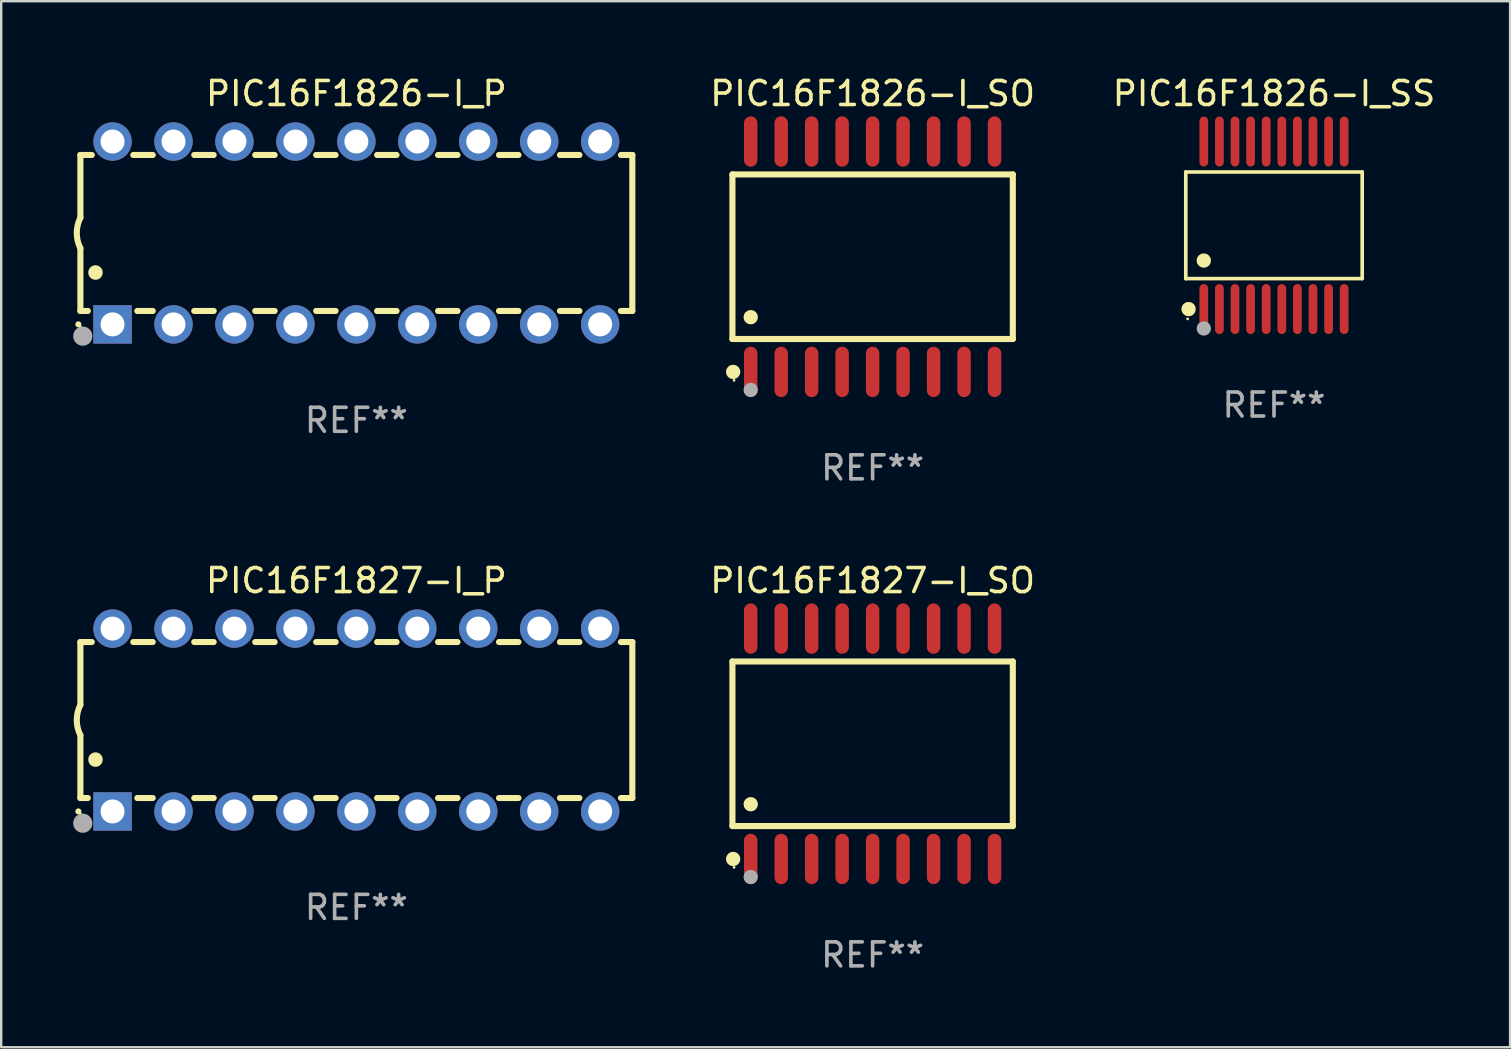
<source format=kicad_pcb>
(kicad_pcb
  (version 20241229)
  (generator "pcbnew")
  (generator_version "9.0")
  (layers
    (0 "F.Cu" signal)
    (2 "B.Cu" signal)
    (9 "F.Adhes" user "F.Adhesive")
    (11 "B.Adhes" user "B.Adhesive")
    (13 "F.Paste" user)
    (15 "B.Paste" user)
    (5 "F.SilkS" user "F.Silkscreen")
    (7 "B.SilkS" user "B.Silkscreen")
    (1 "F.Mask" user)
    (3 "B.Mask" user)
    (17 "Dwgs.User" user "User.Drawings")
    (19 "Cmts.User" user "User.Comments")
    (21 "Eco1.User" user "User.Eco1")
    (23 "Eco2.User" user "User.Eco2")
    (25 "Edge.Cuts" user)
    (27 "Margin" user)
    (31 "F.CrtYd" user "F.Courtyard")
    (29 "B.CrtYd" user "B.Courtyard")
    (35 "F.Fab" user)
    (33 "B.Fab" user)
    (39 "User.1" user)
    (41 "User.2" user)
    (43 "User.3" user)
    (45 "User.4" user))
  (footprint "PIC16F1827-I_P"
    (layer "F.Cu")
    (at 11.8 26.955)
    (property "Reference" "PIC16F1827-I_P" (at 0 -5.81 0) (layer "F.SilkS") (effects (font (size 1 1) (thickness 0.15))))
    (attr through_hole)
    (fp_line (start -11.5 -3.25) (end -11.5 -0.635) (stroke (width 0.254) (type solid)) (layer "F.SilkS"))
    (fp_line (start -11.5 3.25) (end -11.5 0.635) (stroke (width 0.254) (type solid)) (layer "F.SilkS"))
    (fp_line (start -11.5 3.25) (end -11.191 3.25) (stroke (width 0.254) (type solid)) (layer "F.SilkS"))
    (fp_line (start -11.025 -3.25) (end -11.5 -3.25) (stroke (width 0.254) (type solid)) (layer "F.SilkS"))
    (fp_line (start -9.129 3.25) (end -8.485 3.25) (stroke (width 0.254) (type solid)) (layer "F.SilkS"))
    (fp_line (start -8.485 -3.25) (end -9.295 -3.25) (stroke (width 0.254) (type solid)) (layer "F.SilkS"))
    (fp_line (start -6.755 3.25) (end -5.945 3.25) (stroke (width 0.254) (type solid)) (layer "F.SilkS"))
    (fp_line (start -5.945 -3.25) (end -6.755 -3.25) (stroke (width 0.254) (type solid)) (layer "F.SilkS"))
    (fp_line (start -4.215 3.25) (end -3.405 3.25) (stroke (width 0.254) (type solid)) (layer "F.SilkS"))
    (fp_line (start -3.405 -3.25) (end -4.215 -3.25) (stroke (width 0.254) (type solid)) (layer "F.SilkS"))
    (fp_line (start -1.675 3.25) (end -0.865 3.25) (stroke (width 0.254) (type solid)) (layer "F.SilkS"))
    (fp_line (start -0.865 -3.25) (end -1.675 -3.25) (stroke (width 0.254) (type solid)) (layer "F.SilkS"))
    (fp_line (start 0.865 3.25) (end 1.675 3.25) (stroke (width 0.254) (type solid)) (layer "F.SilkS"))
    (fp_line (start 1.675 -3.25) (end 0.865 -3.25) (stroke (width 0.254) (type solid)) (layer "F.SilkS"))
    (fp_line (start 3.405 3.25) (end 4.215 3.25) (stroke (width 0.254) (type solid)) (layer "F.SilkS"))
    (fp_line (start 4.215 -3.25) (end 3.405 -3.25) (stroke (width 0.254) (type solid)) (layer "F.SilkS"))
    (fp_line (start 5.945 3.25) (end 6.755 3.25) (stroke (width 0.254) (type solid)) (layer "F.SilkS"))
    (fp_line (start 6.755 -3.25) (end 5.945 -3.25) (stroke (width 0.254) (type solid)) (layer "F.SilkS"))
    (fp_line (start 8.485 3.25) (end 9.295 3.25) (stroke (width 0.254) (type solid)) (layer "F.SilkS"))
    (fp_line (start 9.295 -3.25) (end 8.485 -3.25) (stroke (width 0.254) (type solid)) (layer "F.SilkS"))
    (fp_line (start 11.025 3.25) (end 11.5 3.25) (stroke (width 0.254) (type solid)) (layer "F.SilkS"))
    (fp_line (start 11.5 -3.25) (end 11.025 -3.25) (stroke (width 0.254) (type solid)) (layer "F.SilkS"))
    (fp_line (start 11.5 -3.25) (end 11.5 3.25) (stroke (width 0.254) (type solid)) (layer "F.SilkS"))
    (fp_arc (start -11.584963 3.810008) (mid -11.58497 3.808738) (end -11.584963 3.807468) (stroke (width 0.25) (type solid)) (layer "F.SilkS"))
    (fp_arc (start -11.501143 0.635001) (mid -11.650665 -0.000132) (end -11.500025 -0.635001) (stroke (width 0.254001) (type solid)) (layer "F.SilkS"))
    (fp_arc (start -10.871222 1.651003) (mid -10.871233 1.648463) (end -10.871222 1.645923) (stroke (width 0.6) (type solid)) (layer "F.SilkS"))
    (fp_circle (center -11.5 3.91) (end -11.47 3.91) (stroke (width 0.06) (type solid)) (fill no) (layer "F.SilkS"))
    (fp_circle (center -11.4 4.3) (end -11.2 4.3) (stroke (width 0.4) (type solid)) (fill no) (layer "F.Fab"))
    (fp_text user "REF**" (at 0 7.81 0) (layer "F.Fab") (effects (font (size 1 1) (thickness 0.15))))
    (pad "1" thru_hole rect (at -10.16 3.81 90) (size 1.6 1.6) (drill 1) (layers "*.Cu" "*.Mask"))
    (pad "2" thru_hole circle (at -7.62 3.81 90) (size 1.6 1.6) (drill 1) (layers "*.Cu" "*.Mask"))
    (pad "3" thru_hole circle (at -5.08 3.81 90) (size 1.6 1.6) (drill 1) (layers "*.Cu" "*.Mask"))
    (pad "4" thru_hole circle (at -2.54 3.81 90) (size 1.6 1.6) (drill 1) (layers "*.Cu" "*.Mask"))
    (pad "5" thru_hole circle (at 0 3.81 90) (size 1.6 1.6) (drill 1) (layers "*.Cu" "*.Mask"))
    (pad "6" thru_hole circle (at 2.54 3.81 90) (size 1.6 1.6) (drill 1) (layers "*.Cu" "*.Mask"))
    (pad "7" thru_hole circle (at 5.08 3.81 90) (size 1.6 1.6) (drill 1) (layers "*.Cu" "*.Mask"))
    (pad "8" thru_hole circle (at 7.62 3.81 90) (size 1.6 1.6) (drill 1) (layers "*.Cu" "*.Mask"))
    (pad "9" thru_hole circle (at 10.16 3.81 90) (size 1.6 1.6) (drill 1) (layers "*.Cu" "*.Mask"))
    (pad "10" thru_hole circle (at 10.16 -3.81 90) (size 1.6 1.6) (drill 1) (layers "*.Cu" "*.Mask"))
    (pad "11" thru_hole circle (at 7.62 -3.81 90) (size 1.6 1.6) (drill 1) (layers "*.Cu" "*.Mask"))
    (pad "12" thru_hole circle (at 5.08 -3.81 90) (size 1.6 1.6) (drill 1) (layers "*.Cu" "*.Mask"))
    (pad "13" thru_hole circle (at 2.54 -3.81 90) (size 1.6 1.6) (drill 1) (layers "*.Cu" "*.Mask"))
    (pad "14" thru_hole circle (at 0 -3.81 90) (size 1.6 1.6) (drill 1) (layers "*.Cu" "*.Mask"))
    (pad "15" thru_hole circle (at -2.54 -3.81 90) (size 1.6 1.6) (drill 1) (layers "*.Cu" "*.Mask"))
    (pad "16" thru_hole circle (at -5.08 -3.81 90) (size 1.6 1.6) (drill 1) (layers "*.Cu" "*.Mask"))
    (pad "17" thru_hole circle (at -7.62 -3.81 90) (size 1.6 1.6) (drill 1) (layers "*.Cu" "*.Mask"))
    (pad "18" thru_hole circle (at -10.16 -3.81 90) (size 1.6 1.6) (drill 1) (layers "*.Cu" "*.Mask")))
  (footprint "PIC16F1827-I_SO"
    (layer "F.Cu")
    (at 33.314 27.945)
    (property "Reference" "PIC16F1827-I_SO" (at 0 -6.8 0) (layer "F.SilkS") (effects (font (size 1 1) (thickness 0.15))))
    (attr through_hole)
    (fp_line (start -5.842 -3.429) (end -5.842 3.429) (stroke (width 0.254) (type solid)) (layer "F.SilkS"))
    (fp_line (start -5.842 3.429) (end 5.842 3.429) (stroke (width 0.254) (type solid)) (layer "F.SilkS"))
    (fp_line (start 5.842 -3.429) (end -5.842 -3.429) (stroke (width 0.254) (type solid)) (layer "F.SilkS"))
    (fp_line (start 5.842 3.429) (end 5.842 -3.429) (stroke (width 0.254) (type solid)) (layer "F.SilkS"))
    (fp_circle (center -5.812 4.8) (end -5.662 4.8) (stroke (width 0.3) (type solid)) (fill no) (layer "F.SilkS"))
    (fp_circle (center -5.775 5.15) (end -5.745 5.15) (stroke (width 0.06) (type solid)) (fill no) (layer "F.SilkS"))
    (fp_circle (center -5.08 2.519) (end -4.93 2.519) (stroke (width 0.3) (type solid)) (fill no) (layer "F.SilkS"))
    (fp_circle (center -5.08 5.55) (end -4.93 5.55) (stroke (width 0.3) (type solid)) (fill no) (layer "F.Fab"))
    (fp_text user "REF**" (at 0 8.8 0) (layer "F.Fab") (effects (font (size 1 1) (thickness 0.15))))
    (pad "1" smd oval (at -5.08 4.8) (size 0.56 2.1) (layers "F.Cu" "F.Mask" "F.Paste"))
    (pad "2" smd oval (at -3.81 4.8) (size 0.56 2.1) (layers "F.Cu" "F.Mask" "F.Paste"))
    (pad "3" smd oval (at -2.54 4.8) (size 0.56 2.1) (layers "F.Cu" "F.Mask" "F.Paste"))
    (pad "4" smd oval (at -1.27 4.8) (size 0.56 2.1) (layers "F.Cu" "F.Mask" "F.Paste"))
    (pad "5" smd oval (at 0 4.8) (size 0.56 2.1) (layers "F.Cu" "F.Mask" "F.Paste"))
    (pad "6" smd oval (at 1.27 4.8) (size 0.56 2.1) (layers "F.Cu" "F.Mask" "F.Paste"))
    (pad "7" smd oval (at 2.54 4.8) (size 0.56 2.1) (layers "F.Cu" "F.Mask" "F.Paste"))
    (pad "8" smd oval (at 3.81 4.8) (size 0.56 2.1) (layers "F.Cu" "F.Mask" "F.Paste"))
    (pad "9" smd oval (at 5.08 4.8) (size 0.56 2.1) (layers "F.Cu" "F.Mask" "F.Paste"))
    (pad "10" smd oval (at 5.08 -4.8) (size 0.56 2.1) (layers "F.Cu" "F.Mask" "F.Paste"))
    (pad "11" smd oval (at 3.81 -4.8) (size 0.56 2.1) (layers "F.Cu" "F.Mask" "F.Paste"))
    (pad "12" smd oval (at 2.54 -4.8) (size 0.56 2.1) (layers "F.Cu" "F.Mask" "F.Paste"))
    (pad "13" smd oval (at 1.27 -4.8) (size 0.56 2.1) (layers "F.Cu" "F.Mask" "F.Paste"))
    (pad "14" smd oval (at 0 -4.8) (size 0.56 2.1) (layers "F.Cu" "F.Mask" "F.Paste"))
    (pad "15" smd oval (at -1.27 -4.8) (size 0.56 2.1) (layers "F.Cu" "F.Mask" "F.Paste"))
    (pad "16" smd oval (at -2.54 -4.8) (size 0.56 2.1) (layers "F.Cu" "F.Mask" "F.Paste"))
    (pad "17" smd oval (at -3.81 -4.8) (size 0.56 2.1) (layers "F.Cu" "F.Mask" "F.Paste"))
    (pad "18" smd oval (at -5.08 -4.8) (size 0.56 2.1) (layers "F.Cu" "F.Mask" "F.Paste")))
  (footprint "PIC16F1826-I_P"
    (layer "F.Cu")
    (at 11.8 6.658)
    (property "Reference" "PIC16F1826-I_P" (at 0 -5.81 0) (layer "F.SilkS") (effects (font (size 1 1) (thickness 0.15))))
    (attr through_hole)
    (fp_line (start -11.5 -3.25) (end -11.5 -0.635) (stroke (width 0.254) (type solid)) (layer "F.SilkS"))
    (fp_line (start -11.5 3.25) (end -11.5 0.635) (stroke (width 0.254) (type solid)) (layer "F.SilkS"))
    (fp_line (start -11.5 3.25) (end -11.191 3.25) (stroke (width 0.254) (type solid)) (layer "F.SilkS"))
    (fp_line (start -11.025 -3.25) (end -11.5 -3.25) (stroke (width 0.254) (type solid)) (layer "F.SilkS"))
    (fp_line (start -9.129 3.25) (end -8.485 3.25) (stroke (width 0.254) (type solid)) (layer "F.SilkS"))
    (fp_line (start -8.485 -3.25) (end -9.295 -3.25) (stroke (width 0.254) (type solid)) (layer "F.SilkS"))
    (fp_line (start -6.755 3.25) (end -5.945 3.25) (stroke (width 0.254) (type solid)) (layer "F.SilkS"))
    (fp_line (start -5.945 -3.25) (end -6.755 -3.25) (stroke (width 0.254) (type solid)) (layer "F.SilkS"))
    (fp_line (start -4.215 3.25) (end -3.405 3.25) (stroke (width 0.254) (type solid)) (layer "F.SilkS"))
    (fp_line (start -3.405 -3.25) (end -4.215 -3.25) (stroke (width 0.254) (type solid)) (layer "F.SilkS"))
    (fp_line (start -1.675 3.25) (end -0.865 3.25) (stroke (width 0.254) (type solid)) (layer "F.SilkS"))
    (fp_line (start -0.865 -3.25) (end -1.675 -3.25) (stroke (width 0.254) (type solid)) (layer "F.SilkS"))
    (fp_line (start 0.865 3.25) (end 1.675 3.25) (stroke (width 0.254) (type solid)) (layer "F.SilkS"))
    (fp_line (start 1.675 -3.25) (end 0.865 -3.25) (stroke (width 0.254) (type solid)) (layer "F.SilkS"))
    (fp_line (start 3.405 3.25) (end 4.215 3.25) (stroke (width 0.254) (type solid)) (layer "F.SilkS"))
    (fp_line (start 4.215 -3.25) (end 3.405 -3.25) (stroke (width 0.254) (type solid)) (layer "F.SilkS"))
    (fp_line (start 5.945 3.25) (end 6.755 3.25) (stroke (width 0.254) (type solid)) (layer "F.SilkS"))
    (fp_line (start 6.755 -3.25) (end 5.945 -3.25) (stroke (width 0.254) (type solid)) (layer "F.SilkS"))
    (fp_line (start 8.485 3.25) (end 9.295 3.25) (stroke (width 0.254) (type solid)) (layer "F.SilkS"))
    (fp_line (start 9.295 -3.25) (end 8.485 -3.25) (stroke (width 0.254) (type solid)) (layer "F.SilkS"))
    (fp_line (start 11.025 3.25) (end 11.5 3.25) (stroke (width 0.254) (type solid)) (layer "F.SilkS"))
    (fp_line (start 11.5 -3.25) (end 11.025 -3.25) (stroke (width 0.254) (type solid)) (layer "F.SilkS"))
    (fp_line (start 11.5 -3.25) (end 11.5 3.25) (stroke (width 0.254) (type solid)) (layer "F.SilkS"))
    (fp_arc (start -11.584963 3.810008) (mid -11.58497 3.808738) (end -11.584963 3.807468) (stroke (width 0.25) (type solid)) (layer "F.SilkS"))
    (fp_arc (start -11.501143 0.635001) (mid -11.650665 -0.000132) (end -11.500025 -0.635001) (stroke (width 0.254001) (type solid)) (layer "F.SilkS"))
    (fp_arc (start -10.871222 1.651003) (mid -10.871233 1.648463) (end -10.871222 1.645923) (stroke (width 0.6) (type solid)) (layer "F.SilkS"))
    (fp_circle (center -11.5 3.91) (end -11.47 3.91) (stroke (width 0.06) (type solid)) (fill no) (layer "F.SilkS"))
    (fp_circle (center -11.4 4.3) (end -11.2 4.3) (stroke (width 0.4) (type solid)) (fill no) (layer "F.Fab"))
    (fp_text user "REF**" (at 0 7.81 0) (layer "F.Fab") (effects (font (size 1 1) (thickness 0.15))))
    (pad "1" thru_hole rect (at -10.16 3.81 90) (size 1.6 1.6) (drill 1) (layers "*.Cu" "*.Mask"))
    (pad "2" thru_hole circle (at -7.62 3.81 90) (size 1.6 1.6) (drill 1) (layers "*.Cu" "*.Mask"))
    (pad "3" thru_hole circle (at -5.08 3.81 90) (size 1.6 1.6) (drill 1) (layers "*.Cu" "*.Mask"))
    (pad "4" thru_hole circle (at -2.54 3.81 90) (size 1.6 1.6) (drill 1) (layers "*.Cu" "*.Mask"))
    (pad "5" thru_hole circle (at 0 3.81 90) (size 1.6 1.6) (drill 1) (layers "*.Cu" "*.Mask"))
    (pad "6" thru_hole circle (at 2.54 3.81 90) (size 1.6 1.6) (drill 1) (layers "*.Cu" "*.Mask"))
    (pad "7" thru_hole circle (at 5.08 3.81 90) (size 1.6 1.6) (drill 1) (layers "*.Cu" "*.Mask"))
    (pad "8" thru_hole circle (at 7.62 3.81 90) (size 1.6 1.6) (drill 1) (layers "*.Cu" "*.Mask"))
    (pad "9" thru_hole circle (at 10.16 3.81 90) (size 1.6 1.6) (drill 1) (layers "*.Cu" "*.Mask"))
    (pad "10" thru_hole circle (at 10.16 -3.81 90) (size 1.6 1.6) (drill 1) (layers "*.Cu" "*.Mask"))
    (pad "11" thru_hole circle (at 7.62 -3.81 90) (size 1.6 1.6) (drill 1) (layers "*.Cu" "*.Mask"))
    (pad "12" thru_hole circle (at 5.08 -3.81 90) (size 1.6 1.6) (drill 1) (layers "*.Cu" "*.Mask"))
    (pad "13" thru_hole circle (at 2.54 -3.81 90) (size 1.6 1.6) (drill 1) (layers "*.Cu" "*.Mask"))
    (pad "14" thru_hole circle (at 0 -3.81 90) (size 1.6 1.6) (drill 1) (layers "*.Cu" "*.Mask"))
    (pad "15" thru_hole circle (at -2.54 -3.81 90) (size 1.6 1.6) (drill 1) (layers "*.Cu" "*.Mask"))
    (pad "16" thru_hole circle (at -5.08 -3.81 90) (size 1.6 1.6) (drill 1) (layers "*.Cu" "*.Mask"))
    (pad "17" thru_hole circle (at -7.62 -3.81 90) (size 1.6 1.6) (drill 1) (layers "*.Cu" "*.Mask"))
    (pad "18" thru_hole circle (at -10.16 -3.81 90) (size 1.6 1.6) (drill 1) (layers "*.Cu" "*.Mask")))
  (footprint "PIC16F1826-I_SO"
    (layer "F.Cu")
    (at 33.314 7.648)
    (property "Reference" "PIC16F1826-I_SO" (at 0 -6.8 0) (layer "F.SilkS") (effects (font (size 1 1) (thickness 0.15))))
    (attr through_hole)
    (fp_line (start -5.842 -3.429) (end -5.842 3.429) (stroke (width 0.254) (type solid)) (layer "F.SilkS"))
    (fp_line (start -5.842 3.429) (end 5.842 3.429) (stroke (width 0.254) (type solid)) (layer "F.SilkS"))
    (fp_line (start 5.842 -3.429) (end -5.842 -3.429) (stroke (width 0.254) (type solid)) (layer "F.SilkS"))
    (fp_line (start 5.842 3.429) (end 5.842 -3.429) (stroke (width 0.254) (type solid)) (layer "F.SilkS"))
    (fp_circle (center -5.812 4.8) (end -5.662 4.8) (stroke (width 0.3) (type solid)) (fill no) (layer "F.SilkS"))
    (fp_circle (center -5.775 5.15) (end -5.745 5.15) (stroke (width 0.06) (type solid)) (fill no) (layer "F.SilkS"))
    (fp_circle (center -5.08 2.519) (end -4.93 2.519) (stroke (width 0.3) (type solid)) (fill no) (layer "F.SilkS"))
    (fp_circle (center -5.08 5.55) (end -4.93 5.55) (stroke (width 0.3) (type solid)) (fill no) (layer "F.Fab"))
    (fp_text user "REF**" (at 0 8.8 0) (layer "F.Fab") (effects (font (size 1 1) (thickness 0.15))))
    (pad "1" smd oval (at -5.08 4.8) (size 0.56 2.1) (layers "F.Cu" "F.Mask" "F.Paste"))
    (pad "2" smd oval (at -3.81 4.8) (size 0.56 2.1) (layers "F.Cu" "F.Mask" "F.Paste"))
    (pad "3" smd oval (at -2.54 4.8) (size 0.56 2.1) (layers "F.Cu" "F.Mask" "F.Paste"))
    (pad "4" smd oval (at -1.27 4.8) (size 0.56 2.1) (layers "F.Cu" "F.Mask" "F.Paste"))
    (pad "5" smd oval (at 0 4.8) (size 0.56 2.1) (layers "F.Cu" "F.Mask" "F.Paste"))
    (pad "6" smd oval (at 1.27 4.8) (size 0.56 2.1) (layers "F.Cu" "F.Mask" "F.Paste"))
    (pad "7" smd oval (at 2.54 4.8) (size 0.56 2.1) (layers "F.Cu" "F.Mask" "F.Paste"))
    (pad "8" smd oval (at 3.81 4.8) (size 0.56 2.1) (layers "F.Cu" "F.Mask" "F.Paste"))
    (pad "9" smd oval (at 5.08 4.8) (size 0.56 2.1) (layers "F.Cu" "F.Mask" "F.Paste"))
    (pad "10" smd oval (at 5.08 -4.8) (size 0.56 2.1) (layers "F.Cu" "F.Mask" "F.Paste"))
    (pad "11" smd oval (at 3.81 -4.8) (size 0.56 2.1) (layers "F.Cu" "F.Mask" "F.Paste"))
    (pad "12" smd oval (at 2.54 -4.8) (size 0.56 2.1) (layers "F.Cu" "F.Mask" "F.Paste"))
    (pad "13" smd oval (at 1.27 -4.8) (size 0.56 2.1) (layers "F.Cu" "F.Mask" "F.Paste"))
    (pad "14" smd oval (at 0 -4.8) (size 0.56 2.1) (layers "F.Cu" "F.Mask" "F.Paste"))
    (pad "15" smd oval (at -1.27 -4.8) (size 0.56 2.1) (layers "F.Cu" "F.Mask" "F.Paste"))
    (pad "16" smd oval (at -2.54 -4.8) (size 0.56 2.1) (layers "F.Cu" "F.Mask" "F.Paste"))
    (pad "17" smd oval (at -3.81 -4.8) (size 0.56 2.1) (layers "F.Cu" "F.Mask" "F.Paste"))
    (pad "18" smd oval (at -5.08 -4.8) (size 0.56 2.1) (layers "F.Cu" "F.Mask" "F.Paste")))
  (footprint "PIC16F1826-I_SS"
    (layer "F.Cu")
    (at 50.04 6.339)
    (property "Reference" "PIC16F1826-I_SS" (at 0 -5.491 0) (layer "F.SilkS") (effects (font (size 1 1) (thickness 0.15))))
    (attr through_hole)
    (fp_line (start -3.676 -2.221) (end 3.676 -2.221) (stroke (width 0.152) (type solid)) (layer "F.SilkS"))
    (fp_line (start -3.676 2.221) (end -3.676 -2.221) (stroke (width 0.152) (type solid)) (layer "F.SilkS"))
    (fp_line (start 3.676 -2.221) (end 3.676 2.221) (stroke (width 0.152) (type solid)) (layer "F.SilkS"))
    (fp_line (start 3.676 2.221) (end -3.676 2.221) (stroke (width 0.152) (type solid)) (layer "F.SilkS"))
    (fp_circle (center -3.6 3.9) (end -3.57 3.9) (stroke (width 0.06) (type solid)) (fill no) (layer "F.SilkS"))
    (fp_circle (center -3.559 3.491) (end -3.409 3.491) (stroke (width 0.3) (type solid)) (fill no) (layer "F.SilkS"))
    (fp_circle (center -2.925 1.469) (end -2.775 1.469) (stroke (width 0.3) (type solid)) (fill no) (layer "F.SilkS"))
    (fp_circle (center -2.925 4.3) (end -2.775 4.3) (stroke (width 0.3) (type solid)) (fill no) (layer "F.Fab"))
    (fp_text user "REF**" (at 0 7.491 0) (layer "F.Fab") (effects (font (size 1 1) (thickness 0.15))))
    (pad "1" smd oval (at -2.925 3.491) (size 0.364 2.082) (layers "F.Cu" "F.Mask" "F.Paste"))
    (pad "2" smd oval (at -2.275 3.491) (size 0.364 2.082) (layers "F.Cu" "F.Mask" "F.Paste"))
    (pad "3" smd oval (at -1.625 3.491) (size 0.364 2.082) (layers "F.Cu" "F.Mask" "F.Paste"))
    (pad "4" smd oval (at -0.975 3.491) (size 0.364 2.082) (layers "F.Cu" "F.Mask" "F.Paste"))
    (pad "5" smd oval (at -0.325 3.491) (size 0.364 2.082) (layers "F.Cu" "F.Mask" "F.Paste"))
    (pad "6" smd oval (at 0.325 3.491) (size 0.364 2.082) (layers "F.Cu" "F.Mask" "F.Paste"))
    (pad "7" smd oval (at 0.975 3.491) (size 0.364 2.082) (layers "F.Cu" "F.Mask" "F.Paste"))
    (pad "8" smd oval (at 1.625 3.491) (size 0.364 2.082) (layers "F.Cu" "F.Mask" "F.Paste"))
    (pad "9" smd oval (at 2.275 3.491) (size 0.364 2.082) (layers "F.Cu" "F.Mask" "F.Paste"))
    (pad "10" smd oval (at 2.925 3.491) (size 0.364 2.082) (layers "F.Cu" "F.Mask" "F.Paste"))
    (pad "11" smd oval (at 2.925 -3.491) (size 0.364 2.082) (layers "F.Cu" "F.Mask" "F.Paste"))
    (pad "12" smd oval (at 2.275 -3.491) (size 0.364 2.082) (layers "F.Cu" "F.Mask" "F.Paste"))
    (pad "13" smd oval (at 1.625 -3.491) (size 0.364 2.082) (layers "F.Cu" "F.Mask" "F.Paste"))
    (pad "14" smd oval (at 0.975 -3.491) (size 0.364 2.082) (layers "F.Cu" "F.Mask" "F.Paste"))
    (pad "15" smd oval (at 0.325 -3.491) (size 0.364 2.082) (layers "F.Cu" "F.Mask" "F.Paste"))
    (pad "16" smd oval (at -0.325 -3.491) (size 0.364 2.082) (layers "F.Cu" "F.Mask" "F.Paste"))
    (pad "17" smd oval (at -0.975 -3.491) (size 0.364 2.082) (layers "F.Cu" "F.Mask" "F.Paste"))
    (pad "18" smd oval (at -1.625 -3.491) (size 0.364 2.082) (layers "F.Cu" "F.Mask" "F.Paste"))
    (pad "19" smd oval (at -2.275 -3.491) (size 0.364 2.082) (layers "F.Cu" "F.Mask" "F.Paste"))
    (pad "20" smd oval (at -2.925 -3.491) (size 0.364 2.082) (layers "F.Cu" "F.Mask" "F.Paste")))
  (gr_rect
    (start -3 -3)
    (end 59.879 40.593)
    (stroke (width 0.1) (type default))
    (fill no)
    (layer "Edge.Cuts")))
</source>
